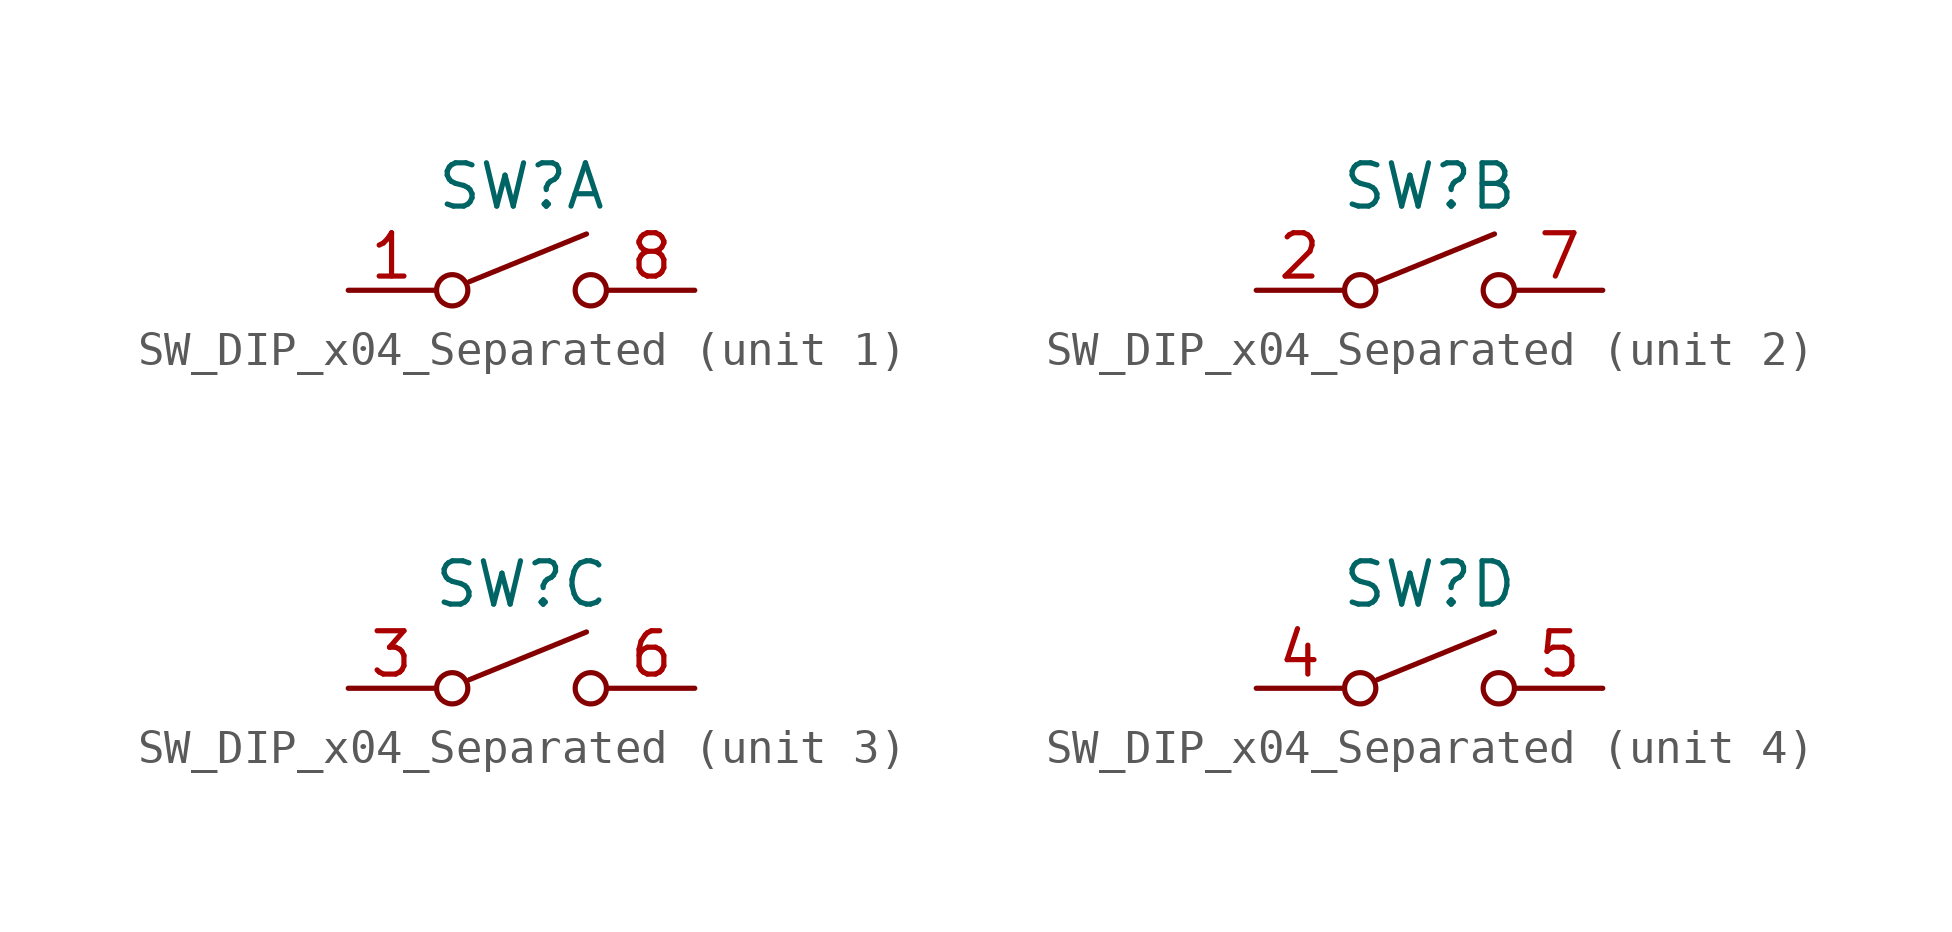
<source format=kicad_sym>
(kicad_symbol_lib
  (version 20220914)
  (generator kicad_symbol_editor)
  (symbol "SW_DIP_x04_Separated"
    (property "Reference" "SW"
      (at 0 3.048 0)
      (effects (font (size 1.27 1.27))))
    (property "Value" ""
      (at 0 0 0)
      (effects (font (size 1.27 1.27))))
    (symbol "SW_DIP_x04_Separated_0_1"
      (circle (center -2.032 0) (radius 0.458) (stroke (width 0) (type default)) (fill (type none)))
      (polyline (pts (xy -1.524 0.254) (xy 1.905 1.651)) (stroke (width 0) (type default)) (fill (type none)))
      (circle (center 2.032 0) (radius 0.458) (stroke (width 0) (type default)) (fill (type none))))
    (symbol "SW_DIP_x04_Separated_1_1"
      (pin passive line (at -5.08 0 0) (length 2.54) (name "" (effects (font (size 1.27 1.27)))) (number "1" (effects (font (size 1.27 1.27)))))
      (pin passive line (at 5.08 0 180) (length 2.54) (name "" (effects (font (size 1.27 1.27)))) (number "8" (effects (font (size 1.27 1.27))))))
    (symbol "SW_DIP_x04_Separated_2_1"
      (pin passive line (at -5.08 0 0) (length 2.54) (name "" (effects (font (size 1.27 1.27)))) (number "2" (effects (font (size 1.27 1.27)))))
      (pin passive line (at 5.08 0 180) (length 2.54) (name "" (effects (font (size 1.27 1.27)))) (number "7" (effects (font (size 1.27 1.27))))))
    (symbol "SW_DIP_x04_Separated_3_1"
      (pin passive line (at -5.08 0 0) (length 2.54) (name "" (effects (font (size 1.27 1.27)))) (number "3" (effects (font (size 1.27 1.27)))))
      (pin passive line (at 5.08 0 180) (length 2.54) (name "" (effects (font (size 1.27 1.27)))) (number "6" (effects (font (size 1.27 1.27))))))
    (symbol "SW_DIP_x04_Separated_4_1"
      (pin passive line (at -5.08 0 0) (length 2.54) (name "" (effects (font (size 1.27 1.27)))) (number "4" (effects (font (size 1.27 1.27)))))
      (pin passive line (at 5.08 0 180) (length 2.54) (name "" (effects (font (size 1.27 1.27)))) (number "5" (effects (font (size 1.27 1.27))))))))
</source>
